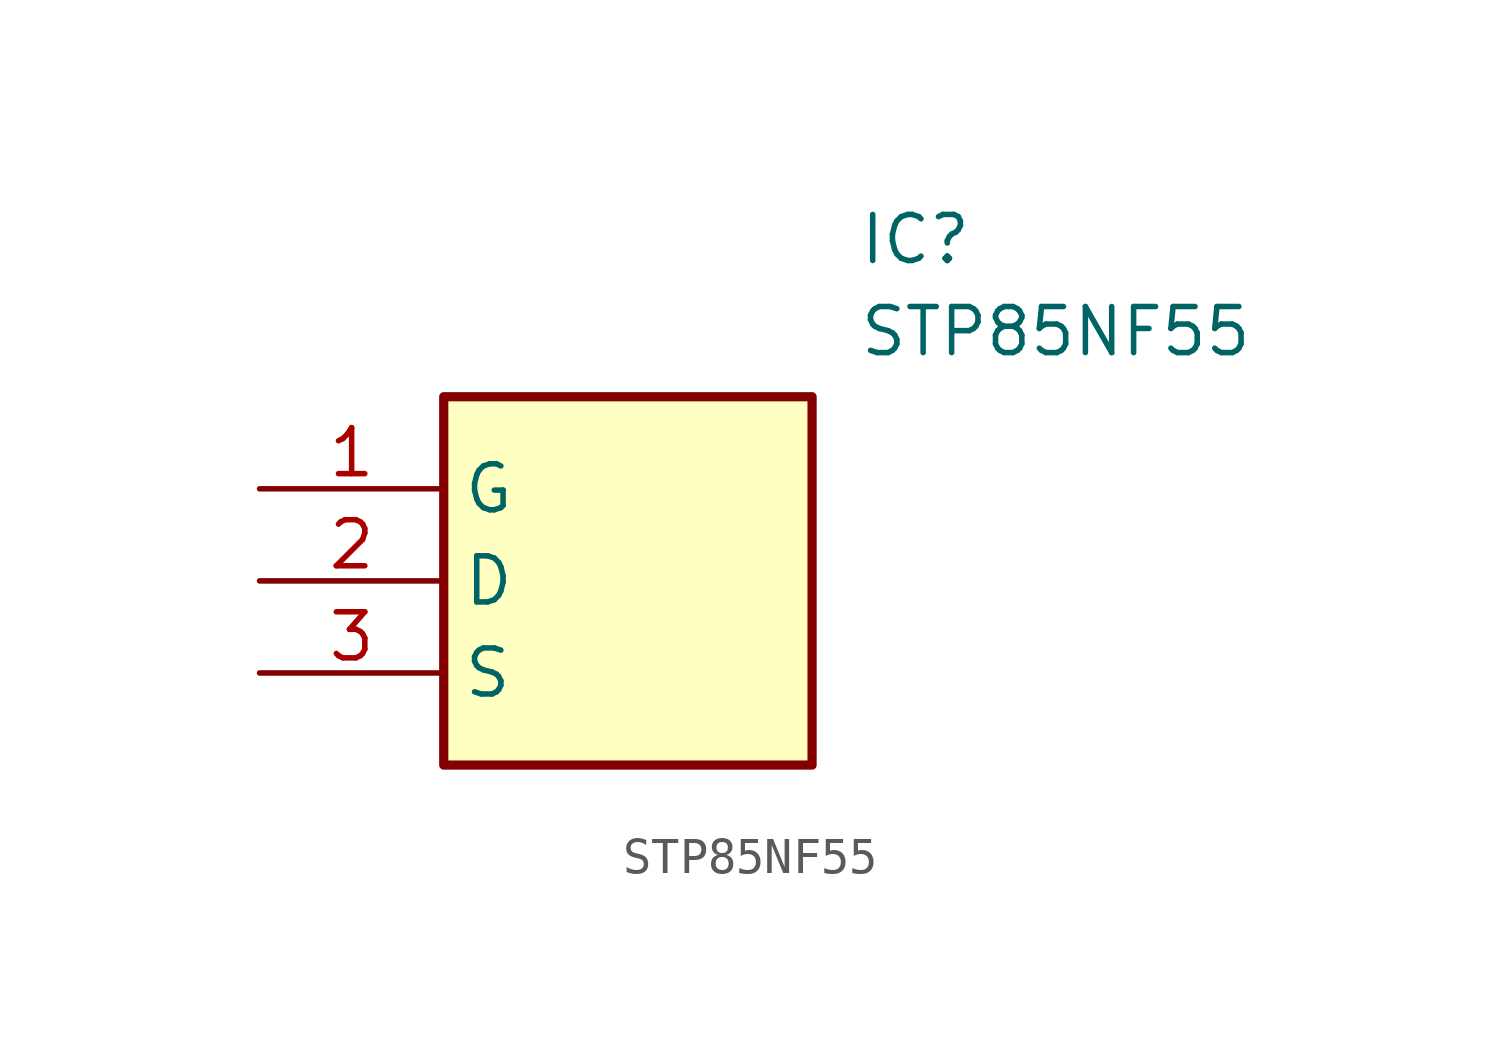
<source format=kicad_sym>
(kicad_symbol_lib
  (version 20211014)
  (generator SamacSys_ECAD_Model)
  (symbol "STP85NF55"
    (property "Reference" "IC"
      (at 16.51 7.62 0)
      (effects (font (size 1.27 1.27)) (justify left top)))
    (property "Value" "STP85NF55"
      (at 16.51 5.08 0)
      (effects (font (size 1.27 1.27)) (justify left top)))
    (rectangle
      (start 5.08 2.54)
      (end 15.24 -7.62)
      (stroke (width 0.254) (type default))
      (fill (type background)))
    (pin passive line
      (at 0 0 0)
      (length 5.08)
      (name "G" (effects (font (size 1.27 1.27))))
      (number "1" (effects (font (size 1.27 1.27)))))
    (pin passive line
      (at 0 -2.54 0)
      (length 5.08)
      (name "D" (effects (font (size 1.27 1.27))))
      (number "2" (effects (font (size 1.27 1.27)))))
    (pin passive line
      (at 0 -5.08 0)
      (length 5.08)
      (name "S" (effects (font (size 1.27 1.27))))
      (number "3" (effects (font (size 1.27 1.27)))))))
</source>
